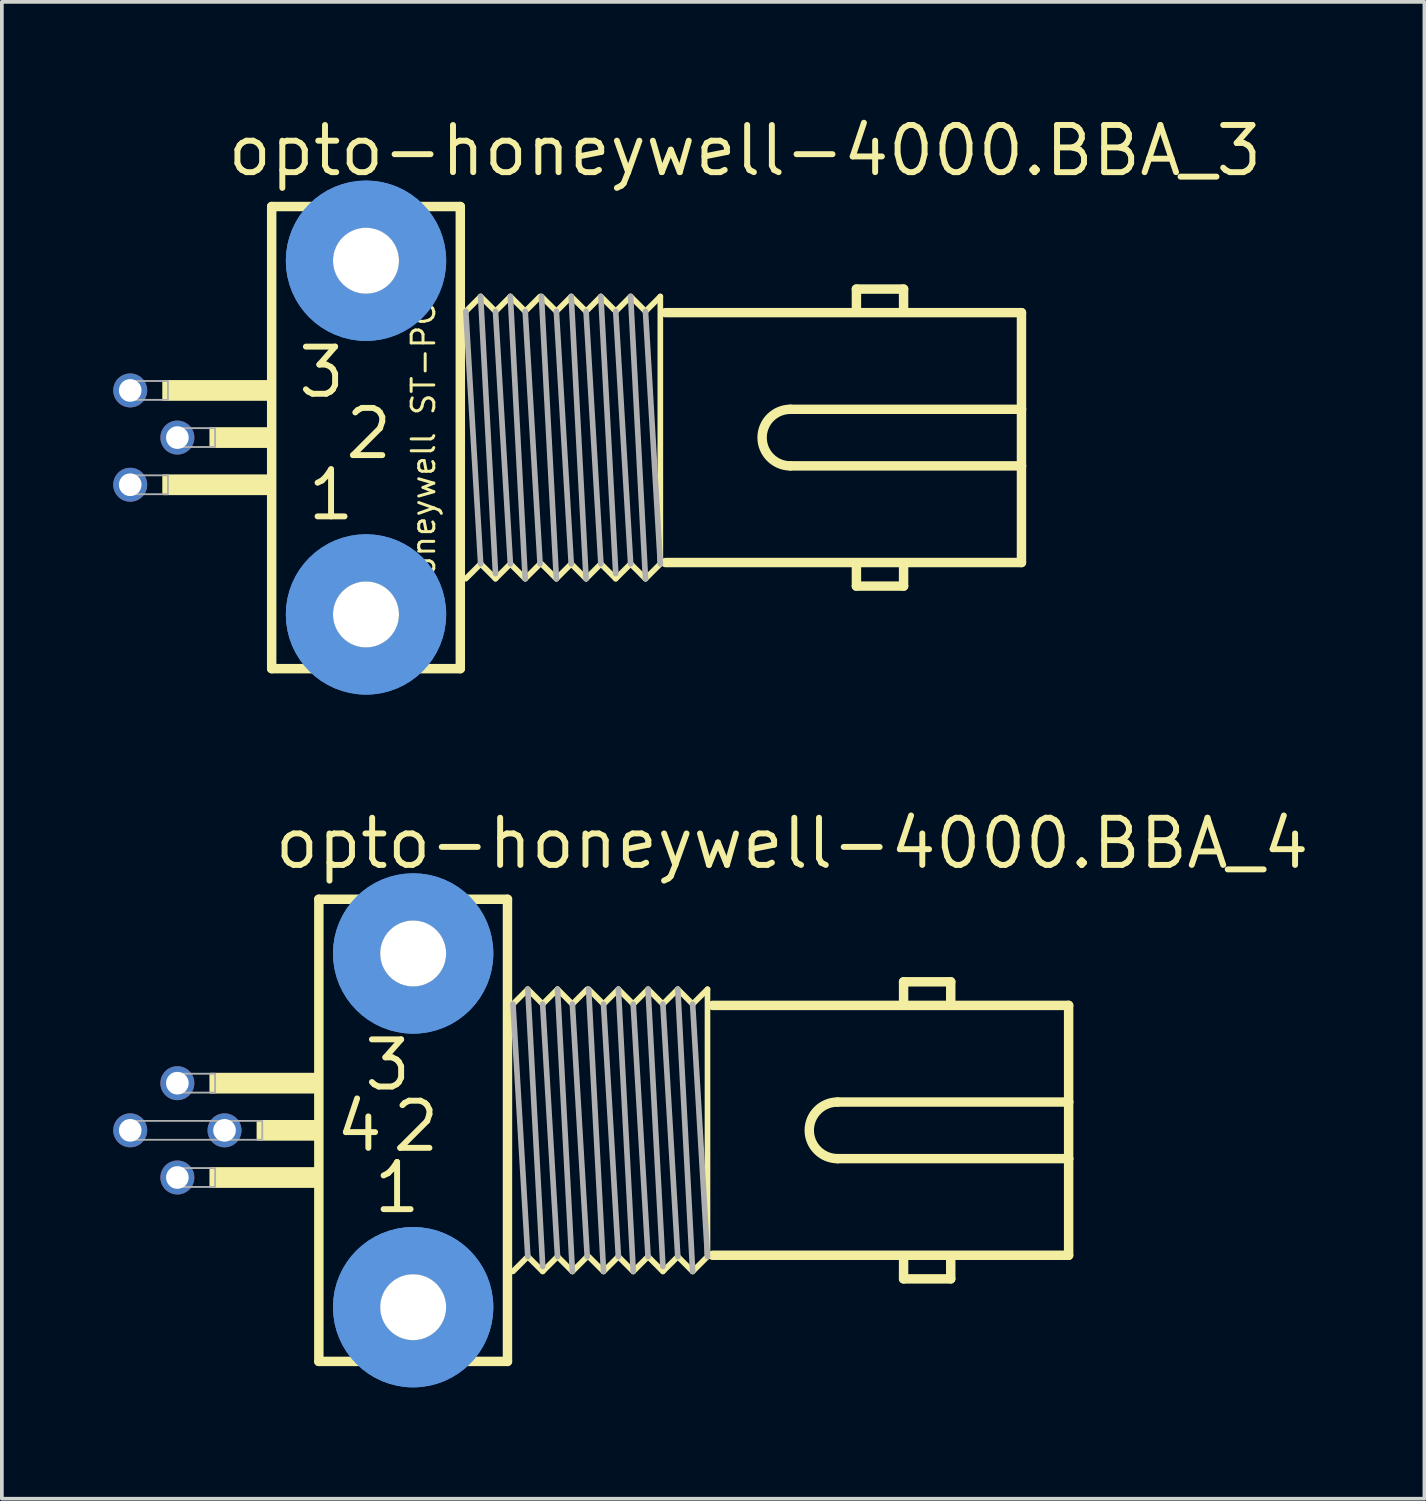
<source format=kicad_pcb>
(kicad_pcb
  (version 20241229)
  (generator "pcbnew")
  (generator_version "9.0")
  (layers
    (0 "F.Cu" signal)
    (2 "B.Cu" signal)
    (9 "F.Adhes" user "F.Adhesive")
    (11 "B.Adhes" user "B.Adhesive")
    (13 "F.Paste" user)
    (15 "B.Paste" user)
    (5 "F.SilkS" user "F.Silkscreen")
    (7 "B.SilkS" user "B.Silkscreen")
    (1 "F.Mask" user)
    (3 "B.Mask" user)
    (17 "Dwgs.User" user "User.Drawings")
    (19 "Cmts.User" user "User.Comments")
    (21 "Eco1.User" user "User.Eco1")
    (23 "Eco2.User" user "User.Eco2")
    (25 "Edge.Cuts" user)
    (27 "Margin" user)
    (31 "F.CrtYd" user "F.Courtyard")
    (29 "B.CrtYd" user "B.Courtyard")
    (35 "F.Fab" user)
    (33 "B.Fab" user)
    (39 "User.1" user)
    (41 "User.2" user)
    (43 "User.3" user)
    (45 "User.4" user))
  (footprint "opto-honeywell-4000.BBA_3"
    (layer "F.Cu")
    (at 6.807 8.735)
    (property "Reference" "opto-honeywell-4000.BBA_3" (at -3.81 -6.985 0) (layer "F.SilkS") (effects (font (size 1.27 1.27) (thickness 0.16)) (justify left bottom)))
    (attr through_hole)
    (fp_line (start -2.54 -6.223) (end 2.54 -6.223) (stroke (width 0.254) (type default)) (layer "F.SilkS"))
    (fp_line (start -2.54 6.223) (end -2.54 -6.223) (stroke (width 0.254) (type default)) (layer "F.SilkS"))
    (fp_line (start 2.54 -6.223) (end 2.54 6.223) (stroke (width 0.254) (type default)) (layer "F.SilkS"))
    (fp_line (start 2.54 6.223) (end -2.54 6.223) (stroke (width 0.254) (type default)) (layer "F.SilkS"))
    (fp_line (start 3.088 -3.8) (end 2.688 -3.4) (stroke (width 0.152) (type default)) (layer "F.SilkS"))
    (fp_line (start 3.088 3.4) (end 2.688 3.8) (stroke (width 0.152) (type default)) (layer "F.SilkS"))
    (fp_line (start 3.488 -3.4) (end 3.088 -3.8) (stroke (width 0.152) (type default)) (layer "F.SilkS"))
    (fp_line (start 3.488 3.8) (end 3.088 3.4) (stroke (width 0.152) (type default)) (layer "F.SilkS"))
    (fp_line (start 3.888 -3.8) (end 3.488 -3.4) (stroke (width 0.152) (type default)) (layer "F.SilkS"))
    (fp_line (start 3.888 3.4) (end 3.488 3.8) (stroke (width 0.152) (type default)) (layer "F.SilkS"))
    (fp_line (start 4.288 -3.4) (end 3.888 -3.8) (stroke (width 0.152) (type default)) (layer "F.SilkS"))
    (fp_line (start 4.288 3.8) (end 3.888 3.4) (stroke (width 0.152) (type default)) (layer "F.SilkS"))
    (fp_line (start 4.688 -3.8) (end 4.288 -3.4) (stroke (width 0.152) (type default)) (layer "F.SilkS"))
    (fp_line (start 4.688 3.4) (end 4.288 3.8) (stroke (width 0.152) (type default)) (layer "F.SilkS"))
    (fp_line (start 5.127 -3.4) (end 4.726 -3.8) (stroke (width 0.152) (type default)) (layer "F.SilkS"))
    (fp_line (start 5.127 3.8) (end 4.726 3.4) (stroke (width 0.152) (type default)) (layer "F.SilkS"))
    (fp_line (start 5.527 -3.8) (end 5.127 -3.4) (stroke (width 0.152) (type default)) (layer "F.SilkS"))
    (fp_line (start 5.527 3.4) (end 5.127 3.8) (stroke (width 0.152) (type default)) (layer "F.SilkS"))
    (fp_line (start 5.927 -3.4) (end 5.527 -3.8) (stroke (width 0.152) (type default)) (layer "F.SilkS"))
    (fp_line (start 5.927 3.8) (end 5.527 3.4) (stroke (width 0.152) (type default)) (layer "F.SilkS"))
    (fp_line (start 6.326 -3.8) (end 5.927 -3.4) (stroke (width 0.152) (type default)) (layer "F.SilkS"))
    (fp_line (start 6.326 3.4) (end 5.927 3.8) (stroke (width 0.152) (type default)) (layer "F.SilkS"))
    (fp_line (start 6.726 -3.4) (end 6.326 -3.8) (stroke (width 0.152) (type default)) (layer "F.SilkS"))
    (fp_line (start 6.726 3.8) (end 6.326 3.4) (stroke (width 0.152) (type default)) (layer "F.SilkS"))
    (fp_line (start 7.127 -3.8) (end 6.726 -3.4) (stroke (width 0.152) (type default)) (layer "F.SilkS"))
    (fp_line (start 7.127 3.4) (end 6.726 3.8) (stroke (width 0.152) (type default)) (layer "F.SilkS"))
    (fp_line (start 7.527 -3.4) (end 7.127 -3.8) (stroke (width 0.152) (type default)) (layer "F.SilkS"))
    (fp_line (start 7.527 3.8) (end 7.127 3.4) (stroke (width 0.152) (type default)) (layer "F.SilkS"))
    (fp_line (start 7.927 -3.8) (end 7.527 -3.4) (stroke (width 0.152) (type default)) (layer "F.SilkS"))
    (fp_line (start 7.927 -3.8) (end 7.927 3.331) (stroke (width 0.152) (type default)) (layer "F.SilkS"))
    (fp_line (start 7.927 3.4) (end 7.527 3.8) (stroke (width 0.152) (type default)) (layer "F.SilkS"))
    (fp_line (start 8.065 3.365) (end 17.653 3.365) (stroke (width 0.254) (type default)) (layer "F.SilkS"))
    (fp_line (start 11.43 0.762) (end 17.653 0.762) (stroke (width 0.254) (type default)) (layer "F.SilkS"))
    (fp_line (start 13.208 -4) (end 14.478 -4) (stroke (width 0.254) (type default)) (layer "F.SilkS"))
    (fp_line (start 13.208 -3.429) (end 13.208 -4) (stroke (width 0.254) (type default)) (layer "F.SilkS"))
    (fp_line (start 13.208 4) (end 13.208 3.429) (stroke (width 0.254) (type default)) (layer "F.SilkS"))
    (fp_line (start 14.478 -4) (end 14.478 -3.429) (stroke (width 0.254) (type default)) (layer "F.SilkS"))
    (fp_line (start 14.478 3.429) (end 14.478 4) (stroke (width 0.254) (type default)) (layer "F.SilkS"))
    (fp_line (start 14.478 4) (end 13.208 4) (stroke (width 0.254) (type default)) (layer "F.SilkS"))
    (fp_line (start 17.653 -3.365) (end 8.065 -3.365) (stroke (width 0.254) (type default)) (layer "F.SilkS"))
    (fp_line (start 17.653 -0.762) (end 11.43 -0.762) (stroke (width 0.254) (type default)) (layer "F.SilkS"))
    (fp_line (start 17.653 -0.762) (end 17.653 -3.365) (stroke (width 0.254) (type default)) (layer "F.SilkS"))
    (fp_line (start 17.653 0.762) (end 17.653 -0.762) (stroke (width 0.254) (type default)) (layer "F.SilkS"))
    (fp_line (start 17.653 3.365) (end 17.653 0.762) (stroke (width 0.254) (type default)) (layer "F.SilkS"))
    (fp_rect (start -5.461 -1.016) (end -2.54 -1.524) (stroke (width 0.05) (type default)) (fill yes) (layer "F.SilkS"))
    (fp_rect (start -5.461 1.524) (end -2.54 1.016) (stroke (width 0.05) (type default)) (fill yes) (layer "F.SilkS"))
    (fp_rect (start -4.191 0.254) (end -2.54 -0.254) (stroke (width 0.05) (type default)) (fill yes) (layer "F.SilkS"))
    (fp_arc (start 11.43 0.762) (mid 10.668 0) (end 11.43 -0.762) (stroke (width 0.254) (type default)) (layer "F.SilkS"))
    (fp_circle (center 0 -4.763) (end 1.524 -4.763) (stroke (width 1.27) (type default)) (fill no) (layer "Cmts.User"))
    (fp_circle (center 0 -4.763) (end 1.524 -4.763) (stroke (width 1.27) (type default)) (fill no) (layer "Cmts.User"))
    (fp_circle (center 0 4.763) (end 1.524 4.763) (stroke (width 1.27) (type default)) (fill no) (layer "Cmts.User"))
    (fp_circle (center 0 4.763) (end 1.524 4.763) (stroke (width 1.27) (type default)) (fill no) (layer "Cmts.User"))
    (fp_line (start 3.088 3.4) (end 2.688 -3.4) (stroke (width 0.152) (type default)) (layer "F.Fab"))
    (fp_line (start 3.488 3.663) (end 3.088 -3.8) (stroke (width 0.152) (type default)) (layer "F.Fab"))
    (fp_line (start 3.888 3.4) (end 3.488 -3.4) (stroke (width 0.152) (type default)) (layer "F.Fab"))
    (fp_line (start 4.288 3.8) (end 3.888 -3.8) (stroke (width 0.152) (type default)) (layer "F.Fab"))
    (fp_line (start 4.688 3.4) (end 4.288 -3.4) (stroke (width 0.152) (type default)) (layer "F.Fab"))
    (fp_line (start 5.127 3.8) (end 4.726 -3.8) (stroke (width 0.152) (type default)) (layer "F.Fab"))
    (fp_line (start 5.527 3.4) (end 5.127 -3.4) (stroke (width 0.152) (type default)) (layer "F.Fab"))
    (fp_line (start 5.927 3.8) (end 5.527 -3.8) (stroke (width 0.152) (type default)) (layer "F.Fab"))
    (fp_line (start 6.326 3.4) (end 5.927 -3.4) (stroke (width 0.152) (type default)) (layer "F.Fab"))
    (fp_line (start 6.726 3.663) (end 6.326 -3.8) (stroke (width 0.152) (type default)) (layer "F.Fab"))
    (fp_line (start 7.127 3.4) (end 6.726 -3.4) (stroke (width 0.152) (type default)) (layer "F.Fab"))
    (fp_line (start 7.527 3.8) (end 7.127 -3.8) (stroke (width 0.152) (type default)) (layer "F.Fab"))
    (fp_line (start 7.927 3.4) (end 7.527 -3.4) (stroke (width 0.152) (type default)) (layer "F.Fab"))
    (fp_rect (start -6.477 -1.016) (end -5.334 -1.524) (stroke (width 0.05) (type default)) (fill no) (layer "F.Fab"))
    (fp_rect (start -6.477 1.524) (end -5.334 1.016) (stroke (width 0.05) (type default)) (fill no) (layer "F.Fab"))
    (fp_rect (start -5.207 0.254) (end -4.064 -0.254) (stroke (width 0.05) (type default)) (fill no) (layer "F.Fab"))
    (fp_text user "1" (at -1.651 2.286 0) (layer "F.SilkS") (effects (font (size 1.27 1.27) (thickness 0.16)) (justify left bottom)))
    (fp_text user "2" (at -0.635 0.635 0) (layer "F.SilkS") (effects (font (size 1.27 1.27) (thickness 0.16)) (justify left bottom)))
    (fp_text user "Honeywell ST-PCB" (at 1.905 4.445 90) (layer "F.SilkS") (effects (font (size 0.61 0.61) (thickness 0.08)) (justify left bottom)))
    (fp_text user "3" (at -1.905 -1.016 0) (layer "F.SilkS") (effects (font (size 1.27 1.27) (thickness 0.16)) (justify left bottom)))
    (pad "" np_thru_hole circle (at 0 -4.763) (size 1.778 1.778) (drill 1.778) (layers "*.Cu" "*.Mask"))
    (pad "" np_thru_hole circle (at 0 4.763) (size 1.778 1.778) (drill 1.778) (layers "*.Cu" "*.Mask"))
    (pad "1" thru_hole circle (at -6.35 1.27) (size 0.914 0.914) (drill 0.61) (layers "*.Cu" "*.Mask"))
    (pad "2" thru_hole circle (at -5.08 0) (size 0.914 0.914) (drill 0.61) (layers "*.Cu" "*.Mask"))
    (pad "3" thru_hole circle (at -6.35 -1.27) (size 0.914 0.914) (drill 0.61) (layers "*.Cu" "*.Mask")))
  (footprint "opto-honeywell-4000.BBA_4"
    (layer "F.Cu")
    (at 8.077 27.392)
    (property "Reference" "opto-honeywell-4000.BBA_4" (at -3.81 -6.985 0) (layer "F.SilkS") (effects (font (size 1.27 1.27) (thickness 0.16)) (justify left bottom)))
    (attr through_hole)
    (fp_line (start -2.54 -6.223) (end 2.54 -6.223) (stroke (width 0.254) (type default)) (layer "F.SilkS"))
    (fp_line (start -2.54 6.223) (end -2.54 -6.223) (stroke (width 0.254) (type default)) (layer "F.SilkS"))
    (fp_line (start 2.54 -6.223) (end 2.54 6.223) (stroke (width 0.254) (type default)) (layer "F.SilkS"))
    (fp_line (start 2.54 6.223) (end -2.54 6.223) (stroke (width 0.254) (type default)) (layer "F.SilkS"))
    (fp_line (start 3.088 -3.8) (end 2.688 -3.4) (stroke (width 0.152) (type default)) (layer "F.SilkS"))
    (fp_line (start 3.088 3.4) (end 2.688 3.8) (stroke (width 0.152) (type default)) (layer "F.SilkS"))
    (fp_line (start 3.488 -3.4) (end 3.088 -3.8) (stroke (width 0.152) (type default)) (layer "F.SilkS"))
    (fp_line (start 3.488 3.8) (end 3.088 3.4) (stroke (width 0.152) (type default)) (layer "F.SilkS"))
    (fp_line (start 3.888 -3.8) (end 3.488 -3.4) (stroke (width 0.152) (type default)) (layer "F.SilkS"))
    (fp_line (start 3.888 3.4) (end 3.488 3.8) (stroke (width 0.152) (type default)) (layer "F.SilkS"))
    (fp_line (start 4.288 -3.4) (end 3.888 -3.8) (stroke (width 0.152) (type default)) (layer "F.SilkS"))
    (fp_line (start 4.288 3.8) (end 3.888 3.4) (stroke (width 0.152) (type default)) (layer "F.SilkS"))
    (fp_line (start 4.688 -3.8) (end 4.288 -3.4) (stroke (width 0.152) (type default)) (layer "F.SilkS"))
    (fp_line (start 4.688 3.4) (end 4.288 3.8) (stroke (width 0.152) (type default)) (layer "F.SilkS"))
    (fp_line (start 5.127 -3.4) (end 4.726 -3.8) (stroke (width 0.152) (type default)) (layer "F.SilkS"))
    (fp_line (start 5.127 3.8) (end 4.726 3.4) (stroke (width 0.152) (type default)) (layer "F.SilkS"))
    (fp_line (start 5.527 -3.8) (end 5.127 -3.4) (stroke (width 0.152) (type default)) (layer "F.SilkS"))
    (fp_line (start 5.527 3.4) (end 5.127 3.8) (stroke (width 0.152) (type default)) (layer "F.SilkS"))
    (fp_line (start 5.927 -3.4) (end 5.527 -3.8) (stroke (width 0.152) (type default)) (layer "F.SilkS"))
    (fp_line (start 5.927 3.8) (end 5.527 3.4) (stroke (width 0.152) (type default)) (layer "F.SilkS"))
    (fp_line (start 6.326 -3.8) (end 5.927 -3.4) (stroke (width 0.152) (type default)) (layer "F.SilkS"))
    (fp_line (start 6.326 3.4) (end 5.927 3.8) (stroke (width 0.152) (type default)) (layer "F.SilkS"))
    (fp_line (start 6.726 -3.4) (end 6.326 -3.8) (stroke (width 0.152) (type default)) (layer "F.SilkS"))
    (fp_line (start 6.726 3.8) (end 6.326 3.4) (stroke (width 0.152) (type default)) (layer "F.SilkS"))
    (fp_line (start 7.127 -3.8) (end 6.726 -3.4) (stroke (width 0.152) (type default)) (layer "F.SilkS"))
    (fp_line (start 7.127 3.4) (end 6.726 3.8) (stroke (width 0.152) (type default)) (layer "F.SilkS"))
    (fp_line (start 7.527 -3.4) (end 7.127 -3.8) (stroke (width 0.152) (type default)) (layer "F.SilkS"))
    (fp_line (start 7.527 3.8) (end 7.127 3.4) (stroke (width 0.152) (type default)) (layer "F.SilkS"))
    (fp_line (start 7.927 -3.8) (end 7.527 -3.4) (stroke (width 0.152) (type default)) (layer "F.SilkS"))
    (fp_line (start 7.927 -3.8) (end 7.927 3.331) (stroke (width 0.152) (type default)) (layer "F.SilkS"))
    (fp_line (start 7.927 3.4) (end 7.527 3.8) (stroke (width 0.152) (type default)) (layer "F.SilkS"))
    (fp_line (start 8.065 3.365) (end 17.653 3.365) (stroke (width 0.254) (type default)) (layer "F.SilkS"))
    (fp_line (start 11.43 0.762) (end 17.653 0.762) (stroke (width 0.254) (type default)) (layer "F.SilkS"))
    (fp_line (start 13.208 -4) (end 14.478 -4) (stroke (width 0.254) (type default)) (layer "F.SilkS"))
    (fp_line (start 13.208 -3.429) (end 13.208 -4) (stroke (width 0.254) (type default)) (layer "F.SilkS"))
    (fp_line (start 13.208 4) (end 13.208 3.429) (stroke (width 0.254) (type default)) (layer "F.SilkS"))
    (fp_line (start 14.478 -4) (end 14.478 -3.429) (stroke (width 0.254) (type default)) (layer "F.SilkS"))
    (fp_line (start 14.478 3.429) (end 14.478 4) (stroke (width 0.254) (type default)) (layer "F.SilkS"))
    (fp_line (start 14.478 4) (end 13.208 4) (stroke (width 0.254) (type default)) (layer "F.SilkS"))
    (fp_line (start 17.653 -3.365) (end 8.065 -3.365) (stroke (width 0.254) (type default)) (layer "F.SilkS"))
    (fp_line (start 17.653 -0.762) (end 11.43 -0.762) (stroke (width 0.254) (type default)) (layer "F.SilkS"))
    (fp_line (start 17.653 -0.762) (end 17.653 -3.365) (stroke (width 0.254) (type default)) (layer "F.SilkS"))
    (fp_line (start 17.653 0.762) (end 17.653 -0.762) (stroke (width 0.254) (type default)) (layer "F.SilkS"))
    (fp_line (start 17.653 3.365) (end 17.653 0.762) (stroke (width 0.254) (type default)) (layer "F.SilkS"))
    (fp_rect (start -5.461 -1.016) (end -2.54 -1.524) (stroke (width 0.05) (type default)) (fill yes) (layer "F.SilkS"))
    (fp_rect (start -5.461 1.524) (end -2.54 1.016) (stroke (width 0.05) (type default)) (fill yes) (layer "F.SilkS"))
    (fp_rect (start -4.191 0.254) (end -2.54 -0.254) (stroke (width 0.05) (type default)) (fill yes) (layer "F.SilkS"))
    (fp_arc (start 11.43 0.762) (mid 10.668 0) (end 11.43 -0.762) (stroke (width 0.254) (type default)) (layer "F.SilkS"))
    (fp_circle (center 0 -4.763) (end 1.524 -4.763) (stroke (width 1.27) (type default)) (fill no) (layer "Cmts.User"))
    (fp_circle (center 0 -4.763) (end 1.524 -4.763) (stroke (width 1.27) (type default)) (fill no) (layer "Cmts.User"))
    (fp_circle (center 0 4.763) (end 1.524 4.763) (stroke (width 1.27) (type default)) (fill no) (layer "Cmts.User"))
    (fp_circle (center 0 4.763) (end 1.524 4.763) (stroke (width 1.27) (type default)) (fill no) (layer "Cmts.User"))
    (fp_line (start 3.088 3.4) (end 2.688 -3.4) (stroke (width 0.152) (type default)) (layer "F.Fab"))
    (fp_line (start 3.488 3.663) (end 3.088 -3.8) (stroke (width 0.152) (type default)) (layer "F.Fab"))
    (fp_line (start 3.888 3.4) (end 3.488 -3.4) (stroke (width 0.152) (type default)) (layer "F.Fab"))
    (fp_line (start 4.288 3.8) (end 3.888 -3.8) (stroke (width 0.152) (type default)) (layer "F.Fab"))
    (fp_line (start 4.688 3.4) (end 4.288 -3.4) (stroke (width 0.152) (type default)) (layer "F.Fab"))
    (fp_line (start 5.127 3.8) (end 4.726 -3.8) (stroke (width 0.152) (type default)) (layer "F.Fab"))
    (fp_line (start 5.527 3.4) (end 5.127 -3.4) (stroke (width 0.152) (type default)) (layer "F.Fab"))
    (fp_line (start 5.927 3.8) (end 5.527 -3.8) (stroke (width 0.152) (type default)) (layer "F.Fab"))
    (fp_line (start 6.326 3.4) (end 5.927 -3.4) (stroke (width 0.152) (type default)) (layer "F.Fab"))
    (fp_line (start 6.726 3.663) (end 6.326 -3.8) (stroke (width 0.152) (type default)) (layer "F.Fab"))
    (fp_line (start 7.127 3.4) (end 6.726 -3.4) (stroke (width 0.152) (type default)) (layer "F.Fab"))
    (fp_line (start 7.527 3.8) (end 7.127 -3.8) (stroke (width 0.152) (type default)) (layer "F.Fab"))
    (fp_line (start 7.927 3.4) (end 7.527 -3.4) (stroke (width 0.152) (type default)) (layer "F.Fab"))
    (fp_rect (start -7.747 0.254) (end -5.08 -0.254) (stroke (width 0.05) (type default)) (fill no) (layer "F.Fab"))
    (fp_rect (start -6.477 -1.016) (end -5.334 -1.524) (stroke (width 0.05) (type default)) (fill no) (layer "F.Fab"))
    (fp_rect (start -6.477 1.524) (end -5.334 1.016) (stroke (width 0.05) (type default)) (fill no) (layer "F.Fab"))
    (fp_rect (start -5.207 0.254) (end -4.064 -0.254) (stroke (width 0.05) (type default)) (fill no) (layer "F.Fab"))
    (fp_text user "3" (at -1.397 -1.016 0) (layer "F.SilkS") (effects (font (size 1.27 1.27) (thickness 0.16)) (justify left bottom)))
    (fp_text user "2" (at -0.635 0.635 0) (layer "F.SilkS") (effects (font (size 1.27 1.27) (thickness 0.16)) (justify left bottom)))
    (fp_text user "4" (at -2.159 0.635 0) (layer "F.SilkS") (effects (font (size 1.27 1.27) (thickness 0.16)) (justify left bottom)))
    (fp_text user "1" (at -1.143 2.286 0) (layer "F.SilkS") (effects (font (size 1.27 1.27) (thickness 0.16)) (justify left bottom)))
    (pad "" np_thru_hole circle (at 0 -4.763) (size 1.778 1.778) (drill 1.778) (layers "*.Cu" "*.Mask"))
    (pad "" np_thru_hole circle (at 0 4.763) (size 1.778 1.778) (drill 1.778) (layers "*.Cu" "*.Mask"))
    (pad "1" thru_hole circle (at -6.35 1.27) (size 0.914 0.914) (drill 0.61) (layers "*.Cu" "*.Mask"))
    (pad "2" thru_hole circle (at -5.08 0) (size 0.914 0.914) (drill 0.61) (layers "*.Cu" "*.Mask"))
    (pad "3" thru_hole circle (at -6.35 -1.27) (size 0.914 0.914) (drill 0.61) (layers "*.Cu" "*.Mask"))
    (pad "4" thru_hole circle (at -7.62 0) (size 0.914 0.914) (drill 0.61) (layers "*.Cu" "*.Mask")))
  (gr_rect
    (start -3 -3)
    (end 35.312 37.313)
    (stroke (width 0.1) (type default))
    (fill no)
    (layer "Edge.Cuts")))
</source>
